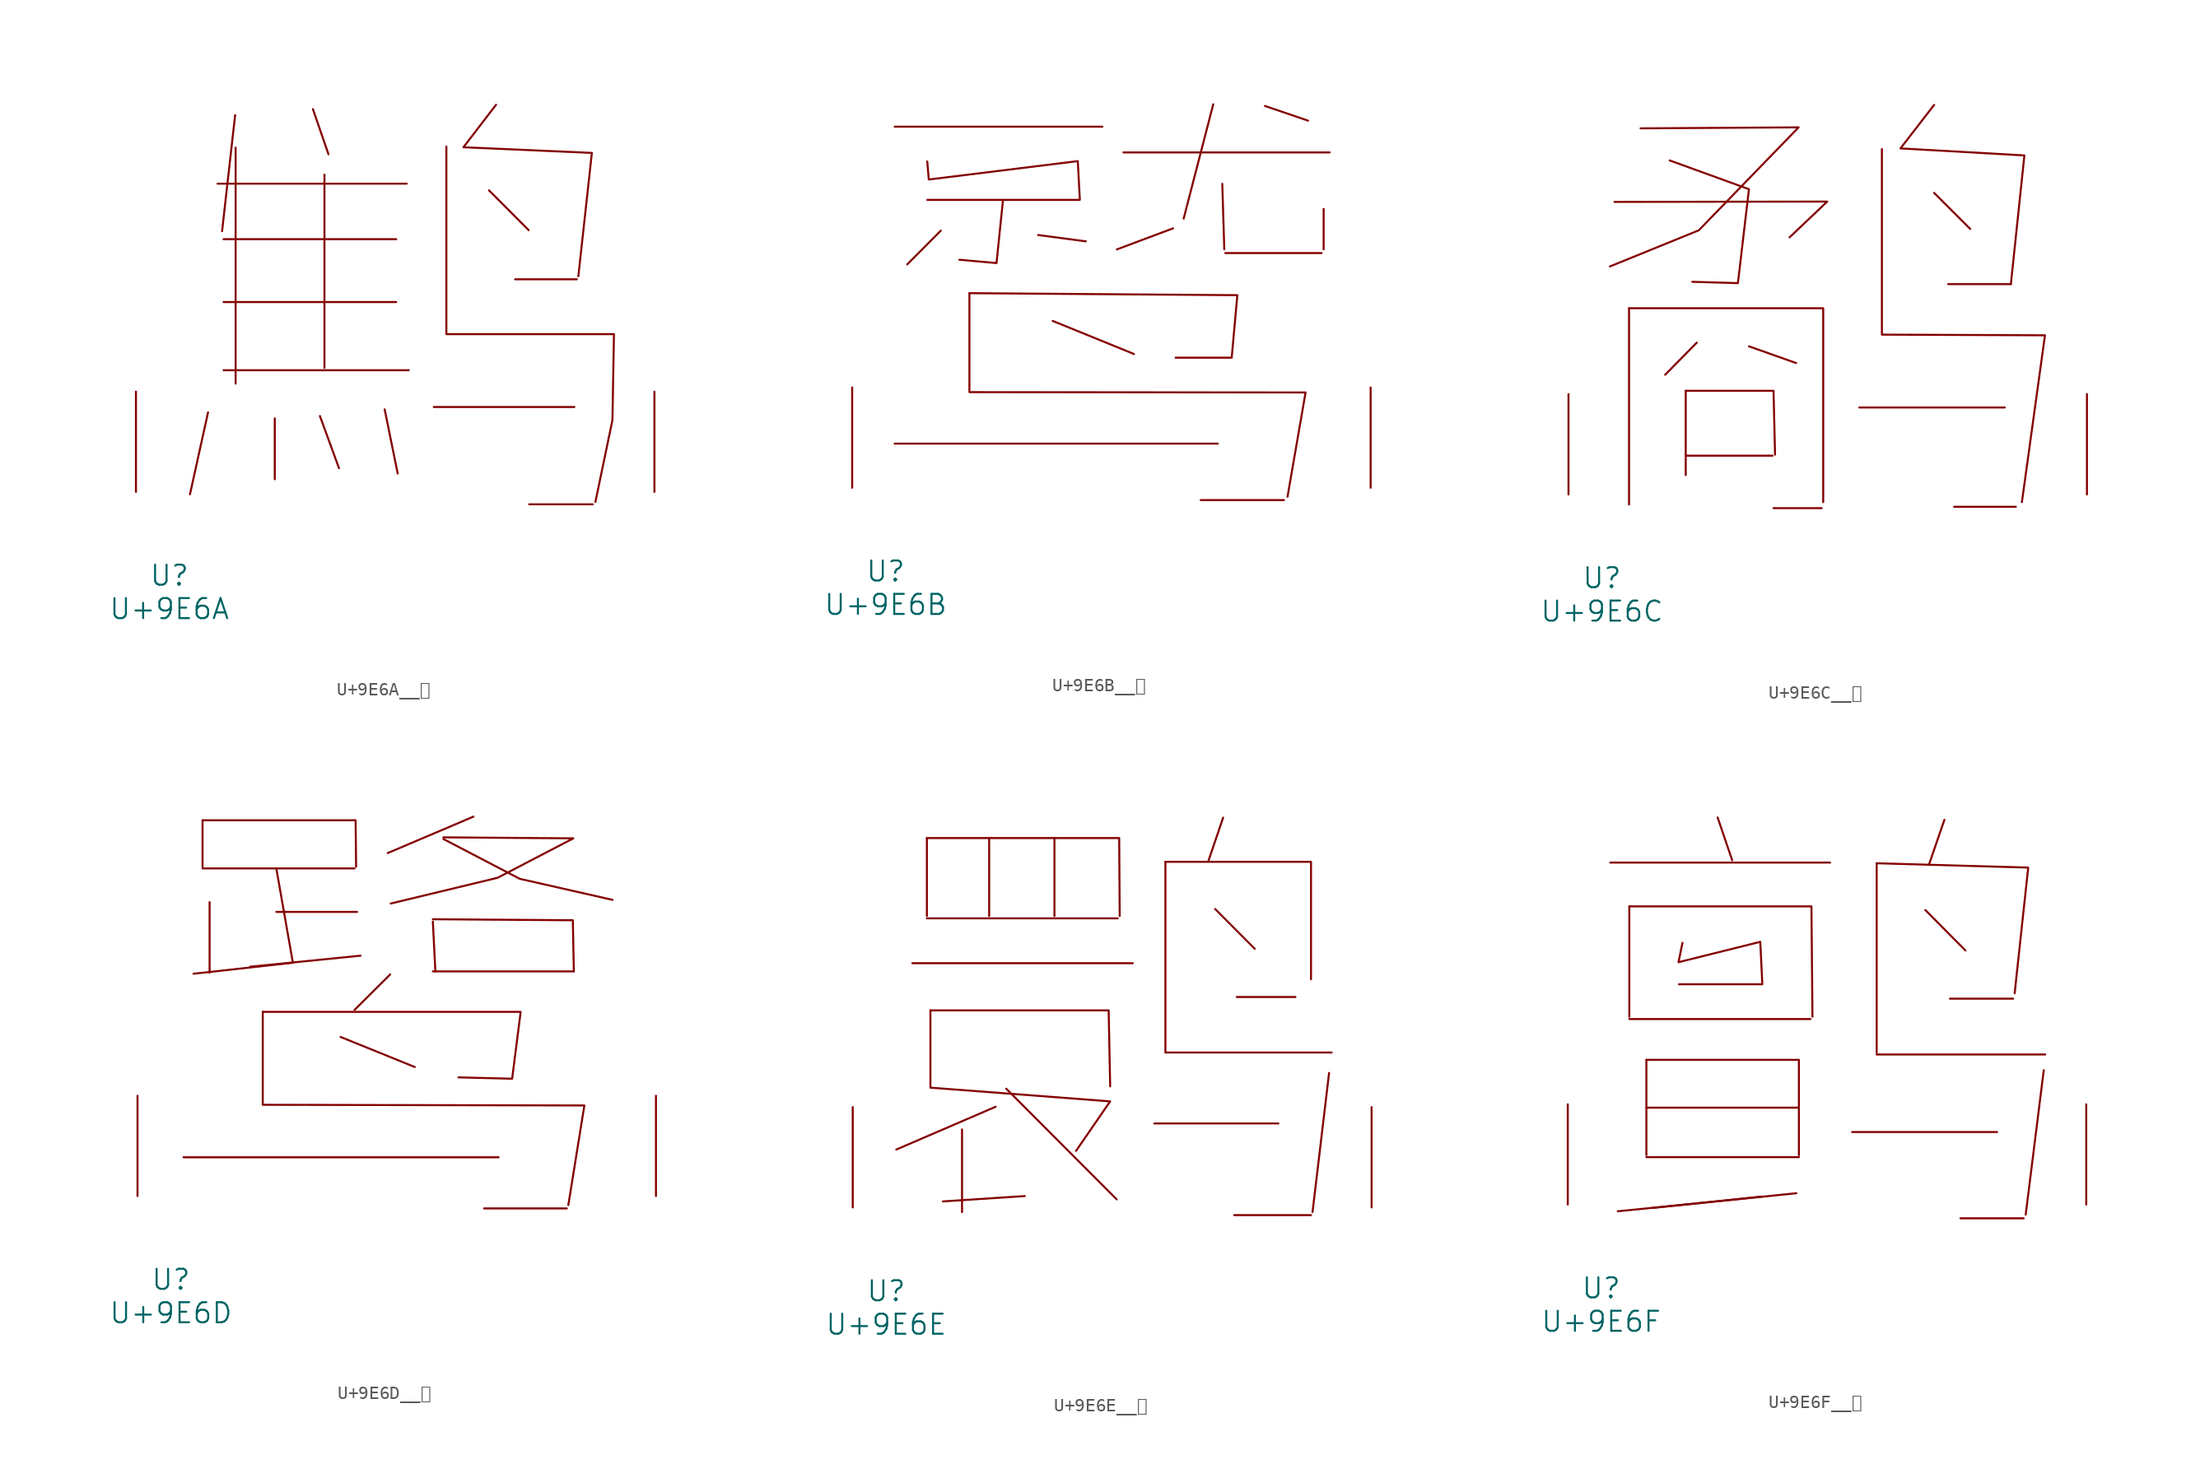
<source format=kicad_sym>
(kicad_symbol_lib
  (version 20231120)
  (generator "kicad_symbol_editor")
  (generator_version "8.0")
  (symbol "U+9E6A__鹪"
    (pin_names
      (offset 1.016))
    (property "Reference" "U"
      (at 0 -6.35 0)
      (effects (font (size 1.524 1.524))))
    (property "Value" "U+9E6A"
      (at 0 -8.89 0)
      (effects (font (size 1.524 1.524))))
    (symbol "U+9E6A__鹪_0_1"
      (polyline (pts (xy 2.934 6.045) (xy 1.562 -0.178)) (stroke (width 0) (type solid)) (fill (type none)))
      (polyline (pts (xy 3.658 23.419) (xy 18.021 23.419)) (stroke (width 0) (type solid)) (fill (type none)))
      (polyline (pts (xy 4.115 9.246) (xy 18.174 9.246)) (stroke (width 0) (type solid)) (fill (type none)))
      (polyline (pts (xy 4.115 14.427) (xy 17.221 14.427)) (stroke (width 0) (type solid)) (fill (type none)))
      (polyline (pts (xy 4.115 19.202) (xy 17.221 19.202)) (stroke (width 0) (type solid)) (fill (type none)))
      (polyline (pts (xy 4.991 28.626) (xy 4 19.812)) (stroke (width 0) (type solid)) (fill (type none)))
      (polyline (pts (xy 5.029 26.162) (xy 5.029 8.23)) (stroke (width 0) (type solid)) (fill (type none)))
      (polyline (pts (xy 8.001 5.588) (xy 8.001 0.965)) (stroke (width 0) (type solid)) (fill (type none)))
      (polyline (pts (xy 10.897 29.083) (xy 12.078 25.654)) (stroke (width 0) (type solid)) (fill (type none)))
      (polyline (pts (xy 11.43 5.766) (xy 12.878 1.803)) (stroke (width 0) (type solid)) (fill (type none)))
      (polyline (pts (xy 11.773 24.105) (xy 11.773 9.423)) (stroke (width 0) (type solid)) (fill (type none)))
      (polyline (pts (xy 16.345 6.274) (xy 17.335 1.397)) (stroke (width 0) (type solid)) (fill (type none)))
      (polyline (pts (xy 20.079 6.452) (xy 30.747 6.452)) (stroke (width 0) (type solid)) (fill (type none)))
      (polyline (pts (xy 24.27 22.911) (xy 27.28 19.888)) (stroke (width 0) (type solid)) (fill (type none)))
      (polyline (pts (xy 26.251 16.154) (xy 30.937 16.154)) (stroke (width 0) (type solid)) (fill (type none)))
      (polyline (pts (xy 27.318 -0.94) (xy 32.156 -0.94)) (stroke (width 0) (type solid)) (fill (type none)))
      (polyline (pts (xy 24.803 29.413) (xy 22.327 26.187) (xy 32.08 25.756) (xy 31.052 16.383)) (stroke (width 0) (type solid)) (fill (type none)))
      (polyline (pts (xy 21.031 26.238) (xy 21.031 11.989) (xy 33.757 11.989) (xy 33.642 5.461) (xy 32.347 -0.762)) (stroke (width 0) (type solid)) (fill (type none)))
      (pin input line (at -2.54 0 90) (length 7.62) (name "~" (effects (font (size 1.27 1.27)))) (number "~" (effects (font (size 1.27 1.27)))))
      (pin input line (at 36.83 0 90) (length 7.62) (name "~" (effects (font (size 1.27 1.27)))) (number "~" (effects (font (size 1.27 1.27)))))))
  (symbol "U+9E6B__鹫"
    (pin_names
      (offset 1.016))
    (property "Reference" "U"
      (at 0 -6.35 0)
      (effects (font (size 1.524 1.524))))
    (property "Value" "U+9E6B"
      (at 0 -8.89 0)
      (effects (font (size 1.524 1.524))))
    (symbol "U+9E6B__鹫_0_1"
      (polyline (pts (xy 0.686 3.353) (xy 25.222 3.353)) (stroke (width 0) (type solid)) (fill (type none)))
      (polyline (pts (xy 0.686 27.432) (xy 16.459 27.432)) (stroke (width 0) (type solid)) (fill (type none)))
      (polyline (pts (xy 3.162 21.869) (xy 14.745 21.869)) (stroke (width 0) (type solid)) (fill (type none)))
      (polyline (pts (xy 4.191 19.533) (xy 1.638 16.967)) (stroke (width 0) (type solid)) (fill (type none)))
      (polyline (pts (xy 11.582 19.202) (xy 15.202 18.72)) (stroke (width 0) (type solid)) (fill (type none)))
      (polyline (pts (xy 12.687 12.675) (xy 18.86 10.16)) (stroke (width 0) (type solid)) (fill (type none)))
      (polyline (pts (xy 18.059 25.476) (xy 33.718 25.476)) (stroke (width 0) (type solid)) (fill (type none)))
      (polyline (pts (xy 21.831 19.71) (xy 17.564 18.11)) (stroke (width 0) (type solid)) (fill (type none)))
      (polyline (pts (xy 22.022 9.881) (xy 26.289 9.881)) (stroke (width 0) (type solid)) (fill (type none)))
      (polyline (pts (xy 23.927 -0.94) (xy 30.251 -0.94)) (stroke (width 0) (type solid)) (fill (type none)))
      (polyline (pts (xy 24.879 29.134) (xy 22.631 20.447)) (stroke (width 0) (type solid)) (fill (type none)))
      (polyline (pts (xy 25.565 23.089) (xy 25.718 18.11)) (stroke (width 0) (type solid)) (fill (type none)))
      (polyline (pts (xy 25.794 17.831) (xy 33.109 17.831)) (stroke (width 0) (type solid)) (fill (type none)))
      (polyline (pts (xy 28.804 29.007) (xy 32.08 27.889)) (stroke (width 0) (type solid)) (fill (type none)))
      (polyline (pts (xy 33.261 21.184) (xy 33.261 18.11)) (stroke (width 0) (type solid)) (fill (type none)))
      (polyline (pts (xy 6.363 14.783) (xy 26.708 14.63) (xy 26.289 9.982)) (stroke (width 0) (type solid)) (fill (type none)))
      (polyline (pts (xy 8.915 21.869) (xy 8.42 17.069) (xy 5.601 17.323)) (stroke (width 0) (type solid)) (fill (type none)))
      (polyline (pts (xy 3.162 24.79) (xy 3.277 23.419) (xy 14.592 24.816) (xy 14.745 21.946)) (stroke (width 0) (type solid)) (fill (type none)))
      (polyline (pts (xy 6.363 14.783) (xy 6.363 7.264) (xy 31.89 7.239) (xy 30.518 -0.686)) (stroke (width 0) (type solid)) (fill (type none)))
      (pin input line (at -2.54 0 90) (length 7.62) (name "~" (effects (font (size 1.27 1.27)))) (number "~" (effects (font (size 1.27 1.27)))))
      (pin input line (at 36.83 0 90) (length 7.62) (name "~" (effects (font (size 1.27 1.27)))) (number "~" (effects (font (size 1.27 1.27)))))))
  (symbol "U+9E6C__鹬"
    (pin_names
      (offset 1.016))
    (property "Reference" "U"
      (at 0 -6.35 0)
      (effects (font (size 1.524 1.524))))
    (property "Value" "U+9E6C"
      (at 0 -8.89 0)
      (effects (font (size 1.524 1.524))))
    (symbol "U+9E6C__鹬_0_1"
      (polyline (pts (xy 2.057 14.148) (xy 2.057 -0.762)) (stroke (width 0) (type solid)) (fill (type none)))
      (polyline (pts (xy 6.363 2.946) (xy 12.954 2.946)) (stroke (width 0) (type solid)) (fill (type none)))
      (polyline (pts (xy 6.363 7.874) (xy 6.363 1.473)) (stroke (width 0) (type solid)) (fill (type none)))
      (polyline (pts (xy 7.201 11.532) (xy 4.801 9.093)) (stroke (width 0) (type solid)) (fill (type none)))
      (polyline (pts (xy 11.163 11.252) (xy 14.745 9.982)) (stroke (width 0) (type solid)) (fill (type none)))
      (polyline (pts (xy 13.03 -1.041) (xy 16.688 -1.041)) (stroke (width 0) (type solid)) (fill (type none)))
      (polyline (pts (xy 19.545 6.604) (xy 30.594 6.604)) (stroke (width 0) (type solid)) (fill (type none)))
      (polyline (pts (xy 25.222 22.911) (xy 27.965 20.168)) (stroke (width 0) (type solid)) (fill (type none)))
      (polyline (pts (xy 26.289 15.977) (xy 31.052 15.977)) (stroke (width 0) (type solid)) (fill (type none)))
      (polyline (pts (xy 26.746 -0.94) (xy 31.433 -0.94)) (stroke (width 0) (type solid)) (fill (type none)))
      (polyline (pts (xy 0.953 22.225) (xy 17.107 22.25) (xy 14.249 19.533)) (stroke (width 0) (type solid)) (fill (type none)))
      (polyline (pts (xy 2.057 14.148) (xy 16.802 14.148) (xy 16.802 -0.584)) (stroke (width 0) (type solid)) (fill (type none)))
      (polyline (pts (xy 6.363 7.874) (xy 13.03 7.874) (xy 13.145 3.023)) (stroke (width 0) (type solid)) (fill (type none)))
      (polyline (pts (xy 2.934 27.813) (xy 14.935 27.889) (xy 7.353 20.066) (xy 0.61 17.323)) (stroke (width 0) (type solid)) (fill (type none)))
      (polyline (pts (xy 5.144 25.375) (xy 11.163 23.19) (xy 10.325 16.053) (xy 6.858 16.154)) (stroke (width 0) (type solid)) (fill (type none)))
      (polyline (pts (xy 21.26 26.238) (xy 21.26 12.141) (xy 33.642 12.09) (xy 31.89 -0.584)) (stroke (width 0) (type solid)) (fill (type none)))
      (polyline (pts (xy 25.222 29.591) (xy 22.669 26.289) (xy 32.08 25.756) (xy 31.052 15.977)) (stroke (width 0) (type solid)) (fill (type none)))
      (pin input line (at -2.54 0 90) (length 7.62) (name "~" (effects (font (size 1.27 1.27)))) (number "~" (effects (font (size 1.27 1.27)))))
      (pin input line (at 36.83 0 90) (length 7.62) (name "~" (effects (font (size 1.27 1.27)))) (number "~" (effects (font (size 1.27 1.27)))))))
  (symbol "U+9E6D__鹭"
    (pin_names
      (offset 1.016))
    (property "Reference" "U"
      (at 0 -6.35 0)
      (effects (font (size 1.524 1.524))))
    (property "Value" "U+9E6D"
      (at 0 -8.89 0)
      (effects (font (size 1.524 1.524))))
    (symbol "U+9E6D__鹭_0_1"
      (polyline (pts (xy 0.953 2.946) (xy 24.879 2.946)) (stroke (width 0) (type solid)) (fill (type none)))
      (polyline (pts (xy 2.4 24.892) (xy 13.945 24.892)) (stroke (width 0) (type solid)) (fill (type none)))
      (polyline (pts (xy 2.4 28.55) (xy 2.4 25.019)) (stroke (width 0) (type solid)) (fill (type none)))
      (polyline (pts (xy 2.934 22.327) (xy 2.934 16.967)) (stroke (width 0) (type solid)) (fill (type none)))
      (polyline (pts (xy 8.001 21.59) (xy 14.135 21.59)) (stroke (width 0) (type solid)) (fill (type none)))
      (polyline (pts (xy 12.878 12.09) (xy 18.517 9.804)) (stroke (width 0) (type solid)) (fill (type none)))
      (polyline (pts (xy 14.402 18.263) (xy 6.02 17.424)) (stroke (width 0) (type solid)) (fill (type none)))
      (polyline (pts (xy 16.65 16.84) (xy 13.945 14.148)) (stroke (width 0) (type solid)) (fill (type none)))
      (polyline (pts (xy 19.888 17.069) (xy 30.594 17.069)) (stroke (width 0) (type solid)) (fill (type none)))
      (polyline (pts (xy 19.888 20.853) (xy 20.079 17.069)) (stroke (width 0) (type solid)) (fill (type none)))
      (polyline (pts (xy 22.974 28.829) (xy 16.459 26.06)) (stroke (width 0) (type solid)) (fill (type none)))
      (polyline (pts (xy 23.774 -0.94) (xy 30.061 -0.94)) (stroke (width 0) (type solid)) (fill (type none)))
      (polyline (pts (xy 2.4 28.55) (xy 14.021 28.55) (xy 14.059 25.019)) (stroke (width 0) (type solid)) (fill (type none)))
      (polyline (pts (xy 8.001 24.892) (xy 9.258 17.729) (xy 1.714 16.891)) (stroke (width 0) (type solid)) (fill (type none)))
      (polyline (pts (xy 19.888 21.031) (xy 30.518 20.955) (xy 30.594 17.069)) (stroke (width 0) (type solid)) (fill (type none)))
      (polyline (pts (xy 20.688 27.127) (xy 26.48 24.105) (xy 33.528 22.504)) (stroke (width 0) (type solid)) (fill (type none)))
      (polyline (pts (xy 6.972 13.995) (xy 6.972 6.934) (xy 31.394 6.883) (xy 30.175 -0.686)) (stroke (width 0) (type solid)) (fill (type none)))
      (polyline (pts (xy 6.972 13.995) (xy 26.556 13.995) (xy 25.908 8.915) (xy 21.831 9.017)) (stroke (width 0) (type solid)) (fill (type none)))
      (polyline (pts (xy 20.688 27.254) (xy 30.556 27.178) (xy 24.803 24.181) (xy 16.688 22.225)) (stroke (width 0) (type solid)) (fill (type none)))
      (pin input line (at -2.54 0 90) (length 7.62) (name "~" (effects (font (size 1.27 1.27)))) (number "~" (effects (font (size 1.27 1.27)))))
      (pin input line (at 36.83 0 90) (length 7.62) (name "~" (effects (font (size 1.27 1.27)))) (number "~" (effects (font (size 1.27 1.27)))))))
  (symbol "U+9E6E__鹮"
    (pin_names
      (offset 1.016))
    (property "Reference" "U"
      (at 0 -6.35 0)
      (effects (font (size 1.524 1.524))))
    (property "Value" "U+9E6E"
      (at 0 -8.89 0)
      (effects (font (size 1.524 1.524))))
    (symbol "U+9E6E__鹮_0_1"
      (polyline (pts (xy 1.981 18.542) (xy 18.707 18.542)) (stroke (width 0) (type solid)) (fill (type none)))
      (polyline (pts (xy 3.086 21.946) (xy 17.564 21.946)) (stroke (width 0) (type solid)) (fill (type none)))
      (polyline (pts (xy 3.086 28.042) (xy 3.086 22.123)) (stroke (width 0) (type solid)) (fill (type none)))
      (polyline (pts (xy 5.753 5.918) (xy 5.753 -0.356)) (stroke (width 0) (type solid)) (fill (type none)))
      (polyline (pts (xy 7.811 28.042) (xy 7.811 22.123)) (stroke (width 0) (type solid)) (fill (type none)))
      (polyline (pts (xy 8.306 7.645) (xy 0.762 4.394)) (stroke (width 0) (type solid)) (fill (type none)))
      (polyline (pts (xy 9.106 9.017) (xy 17.488 0.61)) (stroke (width 0) (type solid)) (fill (type none)))
      (polyline (pts (xy 10.516 0.864) (xy 4.305 0.457)) (stroke (width 0) (type solid)) (fill (type none)))
      (polyline (pts (xy 12.764 28.042) (xy 12.764 22.123)) (stroke (width 0) (type solid)) (fill (type none)))
      (polyline (pts (xy 20.345 6.375) (xy 29.756 6.375)) (stroke (width 0) (type solid)) (fill (type none)))
      (polyline (pts (xy 21.184 11.76) (xy 33.795 11.76)) (stroke (width 0) (type solid)) (fill (type none)))
      (polyline (pts (xy 21.184 26.238) (xy 21.184 11.836)) (stroke (width 0) (type solid)) (fill (type none)))
      (polyline (pts (xy 24.956 22.657) (xy 27.965 19.634)) (stroke (width 0) (type solid)) (fill (type none)))
      (polyline (pts (xy 25.565 29.591) (xy 24.46 26.34)) (stroke (width 0) (type solid)) (fill (type none)))
      (polyline (pts (xy 26.403 -0.584) (xy 32.233 -0.584)) (stroke (width 0) (type solid)) (fill (type none)))
      (polyline (pts (xy 26.594 15.977) (xy 31.052 15.977)) (stroke (width 0) (type solid)) (fill (type none)))
      (polyline (pts (xy 33.604 10.211) (xy 32.347 -0.356)) (stroke (width 0) (type solid)) (fill (type none)))
      (polyline (pts (xy 3.086 28.042) (xy 17.678 28.042) (xy 17.716 22.123)) (stroke (width 0) (type solid)) (fill (type none)))
      (polyline (pts (xy 3.353 14.961) (xy 16.878 14.961) (xy 16.993 9.195)) (stroke (width 0) (type solid)) (fill (type none)))
      (polyline (pts (xy 21.184 26.238) (xy 32.233 26.238) (xy 32.233 17.323)) (stroke (width 0) (type solid)) (fill (type none)))
      (polyline (pts (xy 3.353 14.961) (xy 3.353 9.093) (xy 16.993 8.052) (xy 14.402 4.293)) (stroke (width 0) (type solid)) (fill (type none)))
      (pin input line (at -2.54 0 90) (length 7.62) (name "~" (effects (font (size 1.27 1.27)))) (number "~" (effects (font (size 1.27 1.27)))))
      (pin input line (at 36.83 0 90) (length 7.62) (name "~" (effects (font (size 1.27 1.27)))) (number "~" (effects (font (size 1.27 1.27)))))))
  (symbol "U+9E6F__鹯"
    (pin_names
      (offset 1.016))
    (property "Reference" "U"
      (at 0 -6.35 0)
      (effects (font (size 1.524 1.524))))
    (property "Value" "U+9E6F"
      (at 0 -8.89 0)
      (effects (font (size 1.524 1.524))))
    (symbol "U+9E6F__鹯_0_1"
      (polyline (pts (xy 0.686 25.984) (xy 17.374 25.984)) (stroke (width 0) (type solid)) (fill (type none)))
      (polyline (pts (xy 2.134 14.097) (xy 15.888 14.097)) (stroke (width 0) (type solid)) (fill (type none)))
      (polyline (pts (xy 2.134 22.657) (xy 2.134 14.275)) (stroke (width 0) (type solid)) (fill (type none)))
      (polyline (pts (xy 3.429 3.607) (xy 15.011 3.607)) (stroke (width 0) (type solid)) (fill (type none)))
      (polyline (pts (xy 3.429 7.366) (xy 15.011 7.366)) (stroke (width 0) (type solid)) (fill (type none)))
      (polyline (pts (xy 3.429 10.998) (xy 3.429 3.759)) (stroke (width 0) (type solid)) (fill (type none)))
      (polyline (pts (xy 5.905 16.739) (xy 12.23 16.739)) (stroke (width 0) (type solid)) (fill (type none)))
      (polyline (pts (xy 8.839 29.413) (xy 9.944 26.162)) (stroke (width 0) (type solid)) (fill (type none)))
      (polyline (pts (xy 12.23 0.61) (xy 3.886 -0.254)) (stroke (width 0) (type solid)) (fill (type none)))
      (polyline (pts (xy 19.05 5.512) (xy 30.061 5.512)) (stroke (width 0) (type solid)) (fill (type none)))
      (polyline (pts (xy 20.917 11.405) (xy 33.718 11.405)) (stroke (width 0) (type solid)) (fill (type none)))
      (polyline (pts (xy 20.917 25.933) (xy 20.917 11.532)) (stroke (width 0) (type solid)) (fill (type none)))
      (polyline (pts (xy 24.613 22.377) (xy 27.661 19.304)) (stroke (width 0) (type solid)) (fill (type none)))
      (polyline (pts (xy 26.06 29.235) (xy 24.879 25.806)) (stroke (width 0) (type solid)) (fill (type none)))
      (polyline (pts (xy 26.48 15.646) (xy 31.28 15.646)) (stroke (width 0) (type solid)) (fill (type none)))
      (polyline (pts (xy 27.28 -1.041) (xy 32.08 -1.041)) (stroke (width 0) (type solid)) (fill (type none)))
      (polyline (pts (xy 33.604 10.211) (xy 32.233 -0.762)) (stroke (width 0) (type solid)) (fill (type none)))
      (polyline (pts (xy 2.134 22.657) (xy 15.964 22.657) (xy 16.04 14.275)) (stroke (width 0) (type solid)) (fill (type none)))
      (polyline (pts (xy 3.429 10.998) (xy 15.011 10.998) (xy 15.011 3.759)) (stroke (width 0) (type solid)) (fill (type none)))
      (polyline (pts (xy 14.821 0.864) (xy 8.077 0.178) (xy 1.257 -0.508)) (stroke (width 0) (type solid)) (fill (type none)))
      (polyline (pts (xy 20.917 25.933) (xy 32.423 25.603) (xy 31.394 16.053)) (stroke (width 0) (type solid)) (fill (type none)))
      (polyline (pts (xy 6.172 19.888) (xy 5.867 18.415) (xy 12.078 19.964) (xy 12.23 16.84)) (stroke (width 0) (type solid)) (fill (type none)))
      (pin input line (at -2.54 0 90) (length 7.62) (name "~" (effects (font (size 1.27 1.27)))) (number "~" (effects (font (size 1.27 1.27)))))
      (pin input line (at 36.83 0 90) (length 7.62) (name "~" (effects (font (size 1.27 1.27)))) (number "~" (effects (font (size 1.27 1.27))))))))
</source>
